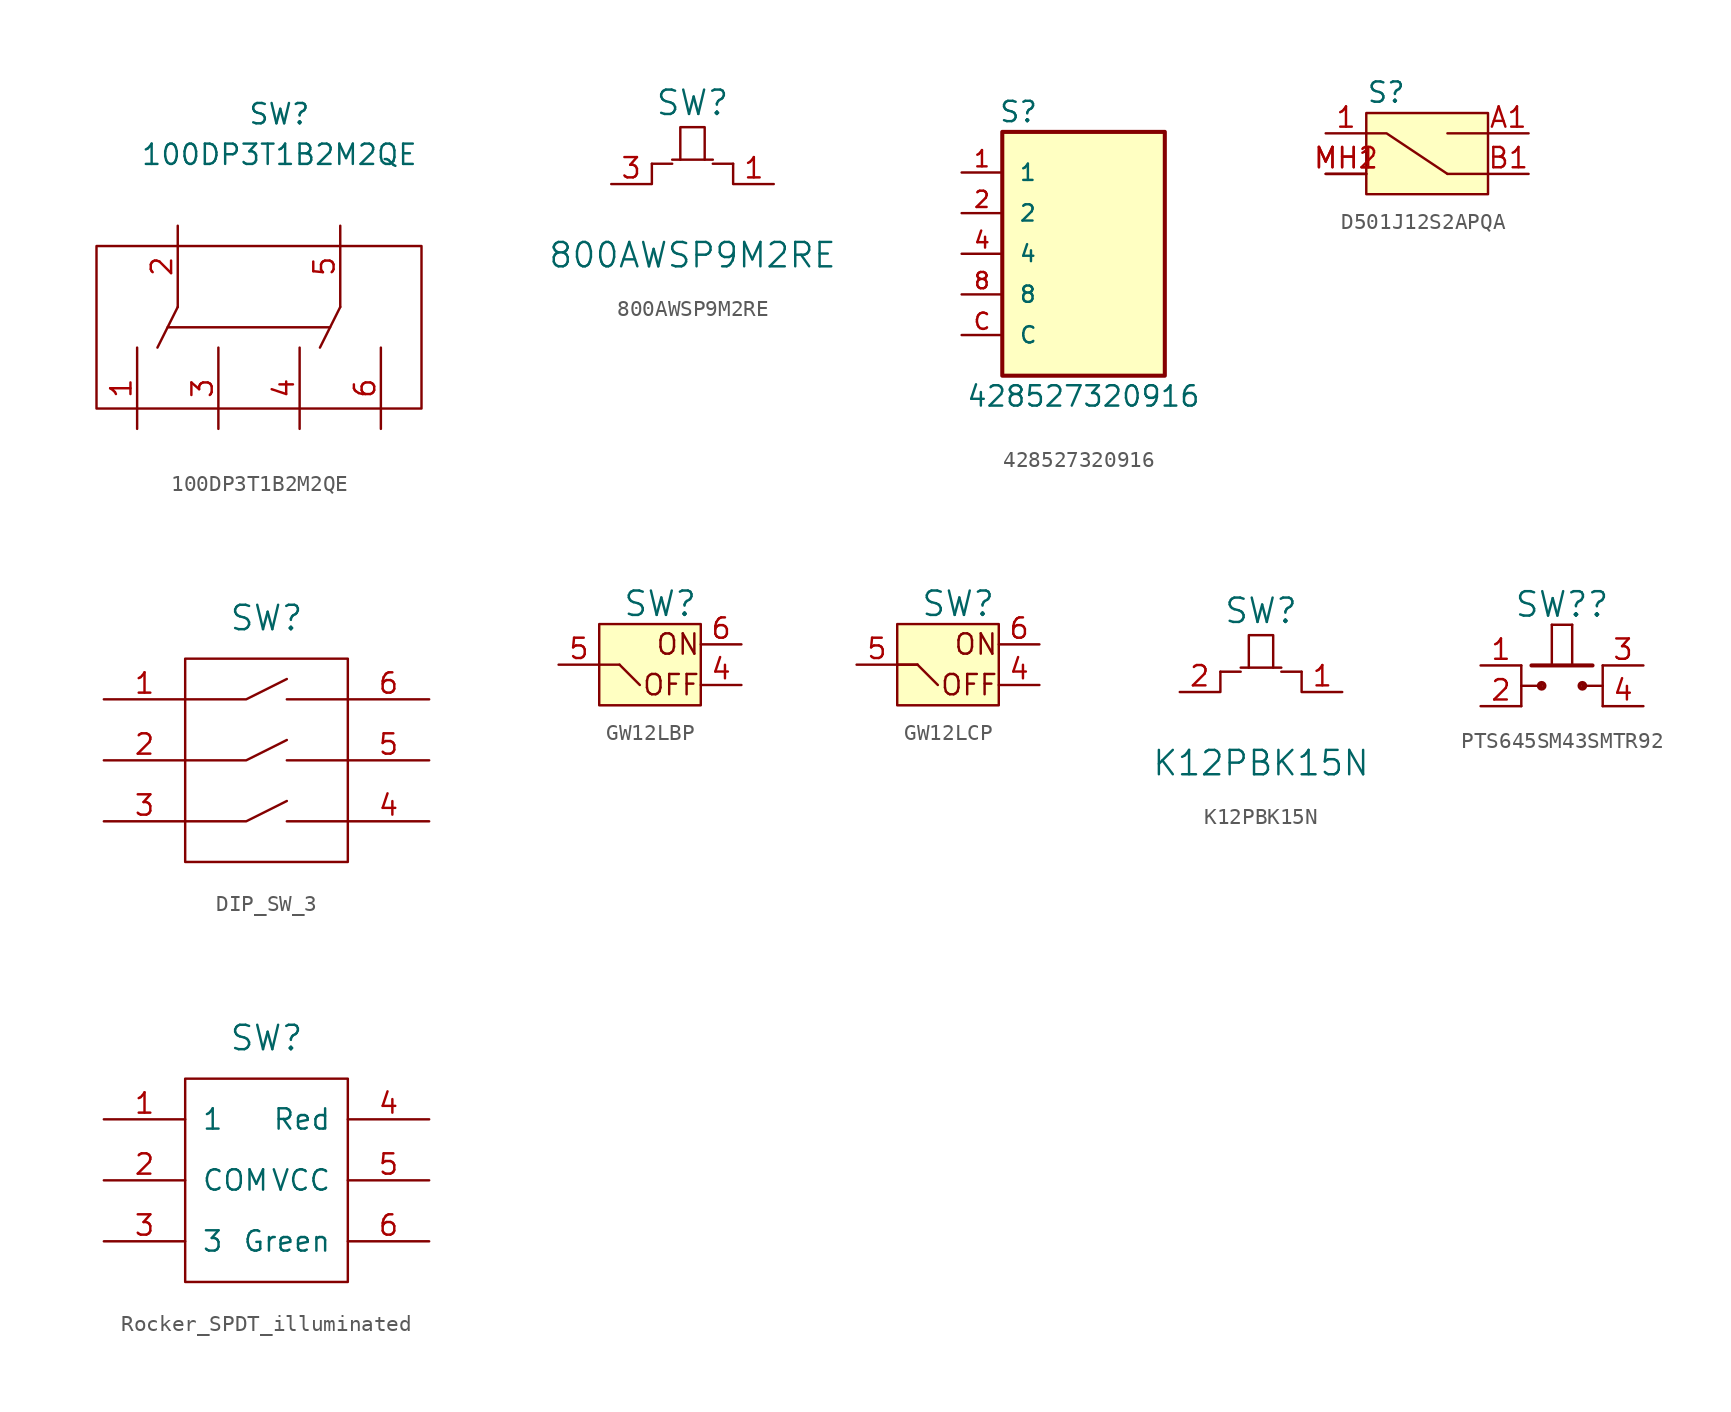
<source format=kicad_sym>
(kicad_symbol_lib
  (version 20241209)
  (generator "kicad_symbol_editor")
  (generator_version "9.0")
  (symbol "100DP3T1B2M2QE"
    (pin_names
      (offset 1.016))
    (property "Reference" "SW"
      (at 1.27 13.335 0)
      (effects (font (size 1.27 1.27))))
    (property "Value" "100DP3T1B2M2QE"
      (at 1.27 10.795 0)
      (effects (font (size 1.27 1.27))))
    (symbol "100DP3T1B2M2QE_0_1"
      (rectangle (start -10.16 5.08) (end 10.16 -5.08) (stroke (width 0) (type default)) (fill (type none)))
      (polyline (pts (xy -5.08 1.27) (xy -6.35 -1.27)) (stroke (width 0) (type default)) (fill (type none)))
      (polyline (pts (xy 4.445 0) (xy -5.715 0)) (stroke (width 0) (type default)) (fill (type none)))
      (polyline (pts (xy 5.08 1.27) (xy 3.81 -1.27)) (stroke (width 0) (type default)) (fill (type none))))
    (symbol "100DP3T1B2M2QE_1_1"
      (pin output line (at -7.62 -6.35 90) (length 5.08) (name "~" (effects (font (size 1.27 1.27)))) (number "1" (effects (font (size 1.27 1.27)))))
      (pin input line (at -5.08 6.35 270) (length 5.08) (name "~" (effects (font (size 1.27 1.27)))) (number "2" (effects (font (size 1.27 1.27)))))
      (pin output line (at -2.54 -6.35 90) (length 5.08) (name "~" (effects (font (size 1.27 1.27)))) (number "3" (effects (font (size 1.27 1.27)))))
      (pin output line (at 2.54 -6.35 90) (length 5.08) (name "~" (effects (font (size 1.27 1.27)))) (number "4" (effects (font (size 1.27 1.27)))))
      (pin input line (at 5.08 6.35 270) (length 5.08) (name "~" (effects (font (size 1.27 1.27)))) (number "5" (effects (font (size 1.27 1.27)))))
      (pin output line (at 7.62 -6.35 90) (length 5.08) (name "~" (effects (font (size 1.27 1.27)))) (number "6" (effects (font (size 1.27 1.27)))))))
  (symbol "800AWSP9M2RE"
    (pin_names
      (offset 0)
      (hide yes))
    (property "Reference" "SW"
      (at 0 3.81 0)
      (effects (font (size 1.524 1.524))))
    (property "Value" "800AWSP9M2RE"
      (at 0 -5.715 0)
      (effects (font (size 1.524 1.524))))
    (symbol "800AWSP9M2RE_0_1"
      (polyline (pts (xy -2.54 0) (xy -1.27 0)) (stroke (width 0) (type default)) (fill (type none)))
      (polyline (pts (xy -2.54 -1.27) (xy -2.54 0)) (stroke (width 0) (type default)) (fill (type none)))
      (polyline (pts (xy -0.762 0.254) (xy -1.27 0.254)) (stroke (width 0) (type default)) (fill (type none)))
      (polyline (pts (xy -0.762 0.254) (xy -0.762 2.286) (xy 0.762 2.286) (xy 0.762 0.254) (xy -0.762 0.254)) (stroke (width 0) (type default)) (fill (type none)))
      (polyline (pts (xy 0.762 0.254) (xy 1.27 0.254)) (stroke (width 0) (type default)) (fill (type none)))
      (polyline (pts (xy 2.54 0) (xy 1.27 0)) (stroke (width 0) (type default)) (fill (type none)))
      (polyline (pts (xy 2.54 -1.27) (xy 2.54 0)) (stroke (width 0) (type default)) (fill (type none))))
    (symbol "800AWSP9M2RE_1_1"
      (pin input line (at -5.08 -1.27 0) (length 2.489) (name "r" (effects (font (size 1.27 1.27)))) (number "3" (effects (font (size 1.27 1.27)))))
      (pin input line (at 5.08 -1.27 180) (length 2.489) (name "~" (effects (font (size 1.27 1.27)))) (number "1" (effects (font (size 1.27 1.27)))))))
  (symbol "428527320916"
    (pin_names
      (offset 1.016))
    (property "Reference" "S"
      (at -4.064 8.128 0)
      (effects (font (size 1.27 1.27)) (justify bottom)))
    (property "Value" "428527320916"
      (at -7.366 -9.652 0)
      (effects (font (size 1.27 1.27)) (justify left bottom)))
    (symbol "428527320916_0_0"
      (rectangle (start -5.08 7.62) (end 5.08 -7.62) (stroke (width 0.254) (type default)) (fill (type background)))
      (pin passive line (at -7.62 5.08 0) (length 2.54) (name "1" (effects (font (size 1.016 1.016)))) (number "1" (effects (font (size 1.016 1.016)))))
      (pin passive line (at -7.62 2.54 0) (length 2.54) (name "2" (effects (font (size 1.016 1.016)))) (number "2" (effects (font (size 1.016 1.016)))))
      (pin passive line (at -7.62 0 0) (length 2.54) (name "4" (effects (font (size 1.016 1.016)))) (number "4" (effects (font (size 1.016 1.016)))))
      (pin passive line (at -7.62 -2.54 0) (length 2.54) (name "8" (effects (font (size 1.016 1.016)))) (number "8" (effects (font (size 1.016 1.016))))))
    (symbol "428527320916_1_0"
      (pin passive line (at -7.62 -5.08 0) (length 2.54) (name "C" (effects (font (size 1.016 1.016)))) (number "C" (effects (font (size 1.016 1.016)))))))
  (symbol "D501J12S2APQA"
    (property "Reference" "S"
      (at -3.81 5.842 0)
      (effects (font (size 1.27 1.27)) (justify left top)))
    (symbol "D501J12S2APQA_0_1"
      (polyline (pts (xy -3.81 2.54) (xy -2.54 2.54) (xy 1.27 0)) (stroke (width 0) (type default)) (fill (type none)))
      (polyline (pts (xy 3.81 2.54) (xy 1.27 2.54)) (stroke (width 0) (type default)) (fill (type none)))
      (polyline (pts (xy 3.81 0) (xy 1.27 0)) (stroke (width 0) (type default)) (fill (type none))))
    (symbol "D501J12S2APQA_1_1"
      (rectangle (start -3.81 3.81) (end 3.81 -1.27) (stroke (width 0) (type solid)) (fill (type background)))
      (pin passive line (at -6.35 2.54 0) (length 2.54) (name "" (effects (font (size 1.27 1.27)))) (number "1" (effects (font (size 1.27 1.27)))))
      (pin passive line (at -6.35 0 0) (length 2.54) (name "" (effects (font (size 1.27 1.27)))) (number "MH1" (effects (font (size 1.27 1.27)))))
      (pin passive line (at -6.35 0 0) (length 2.54) (name "" (effects (font (size 1.27 1.27)))) (number "MH2" (effects (font (size 1.27 1.27)))))
      (pin passive line (at 6.35 2.54 180) (length 2.54) (name "" (effects (font (size 1.27 1.27)))) (number "A1" (effects (font (size 1.27 1.27)))))
      (pin passive line (at 6.35 0 180) (length 2.54) (name "" (effects (font (size 1.27 1.27)))) (number "B1" (effects (font (size 1.27 1.27)))))))
  (symbol "DIP_SW_3"
    (pin_names
      (offset 1.016))
    (property "Reference" "SW"
      (at 0 10.16 0)
      (effects (font (size 1.524 1.524))))
    (symbol "DIP_SW_3_0_1"
      (rectangle (start -5.08 7.62) (end 5.08 -5.08) (stroke (width 0) (type default)) (fill (type none)))
      (polyline (pts (xy -5.08 5.08) (xy -1.27 5.08) (xy 1.27 6.35)) (stroke (width 0) (type default)) (fill (type none)))
      (polyline (pts (xy 5.08 5.08) (xy 1.27 5.08)) (stroke (width 0) (type default)) (fill (type none))))
    (symbol "DIP_SW_3_1_1"
      (polyline (pts (xy -5.08 1.27) (xy -1.27 1.27) (xy 1.27 2.54)) (stroke (width 0) (type default)) (fill (type none)))
      (polyline (pts (xy -5.08 -2.54) (xy -1.27 -2.54) (xy 1.27 -1.27)) (stroke (width 0) (type default)) (fill (type none)))
      (polyline (pts (xy 5.08 1.27) (xy 1.27 1.27)) (stroke (width 0) (type default)) (fill (type none)))
      (polyline (pts (xy 5.08 -2.54) (xy 1.27 -2.54)) (stroke (width 0) (type default)) (fill (type none)))
      (pin input line (at -10.16 5.08 0) (length 5.08) (name "~" (effects (font (size 1.27 1.27)))) (number "1" (effects (font (size 1.27 1.27)))))
      (pin input line (at -10.16 1.27 0) (length 5.08) (name "~" (effects (font (size 1.27 1.27)))) (number "2" (effects (font (size 1.27 1.27)))))
      (pin input line (at -10.16 -2.54 0) (length 5.08) (name "~" (effects (font (size 1.27 1.27)))) (number "3" (effects (font (size 1.27 1.27)))))
      (pin input line (at 10.16 5.08 180) (length 5.08) (name "~" (effects (font (size 1.27 1.27)))) (number "6" (effects (font (size 1.27 1.27)))))
      (pin input line (at 10.16 1.27 180) (length 5.08) (name "~" (effects (font (size 1.27 1.27)))) (number "5" (effects (font (size 1.27 1.27)))))
      (pin input line (at 10.16 -2.54 180) (length 5.08) (name "~" (effects (font (size 1.27 1.27)))) (number "4" (effects (font (size 1.27 1.27)))))))
  (symbol "GW12LBP"
    (pin_names
      (offset 0)
      (hide yes))
    (property "Reference" "SW"
      (at 0 3.81 0)
      (effects (font (size 1.524 1.524))))
    (symbol "GW12LBP_0_0"
      (polyline (pts (xy -2.54 0) (xy -1.27 -1.27)) (stroke (width 0) (type default)) (fill (type none)))
      (text "ON" (at 2.54 1.27 0) (effects (font (size 1.27 1.27)) (justify right)))
      (text "OFF" (at 2.54 -1.27 0) (effects (font (size 1.27 1.27)) (justify right))))
    (symbol "GW12LBP_0_1"
      (rectangle (start -3.81 2.54) (end 2.54 -2.54) (stroke (width 0) (type default)) (fill (type background)))
      (polyline (pts (xy -2.54 0) (xy -3.81 0)) (stroke (width 0) (type default)) (fill (type none))))
    (symbol "GW12LBP_1_1"
      (pin passive line (at -6.35 0 0) (length 2.54) (name "eComm" (effects (font (size 1.27 1.27)))) (number "5" (effects (font (size 1.27 1.27)))))
      (pin passive line (at 5.08 1.27 180) (length 2.54) (name "ON" (effects (font (size 1.27 1.27)))) (number "6" (effects (font (size 1.27 1.27)))))
      (pin passive line (at 5.08 -1.27 180) (length 2.54) (name "OFF" (effects (font (size 1.27 1.27)))) (number "4" (effects (font (size 1.27 1.27)))))))
  (symbol "GW12LCP"
    (pin_names
      (offset 0)
      (hide yes))
    (property "Reference" "SW"
      (at 0 3.81 0)
      (effects (font (size 1.524 1.524))))
    (symbol "GW12LCP_0_1"
      (rectangle (start -3.81 2.54) (end 2.54 -2.54) (stroke (width 0) (type default)) (fill (type background)))
      (polyline (pts (xy -2.54 0) (xy -3.81 0)) (stroke (width 0) (type default)) (fill (type none))))
    (symbol "GW12LCP_1_0"
      (polyline (pts (xy -2.54 0) (xy -1.27 -1.27)) (stroke (width 0) (type default)) (fill (type none)))
      (text "ON" (at 2.54 1.27 0) (effects (font (size 1.27 1.27)) (justify right)))
      (text "OFF" (at 2.54 -1.27 0) (effects (font (size 1.27 1.27)) (justify right))))
    (symbol "GW12LCP_1_1"
      (polyline (pts (xy -2.54 0) (xy -3.81 0)) (stroke (width 0) (type default)) (fill (type none)))
      (pin passive line (at -6.35 0 0) (length 2.54) (name "eComm" (effects (font (size 1.27 1.27)))) (number "5" (effects (font (size 1.27 1.27)))))
      (pin passive line (at 5.08 1.27 180) (length 2.54) (name "ON" (effects (font (size 1.27 1.27)))) (number "6" (effects (font (size 1.27 1.27)))))
      (pin passive line (at 5.08 -1.27 180) (length 2.54) (name "OFF" (effects (font (size 1.27 1.27)))) (number "4" (effects (font (size 1.27 1.27)))))))
  (symbol "K12PBK15N"
    (pin_names
      (offset 0)
      (hide yes))
    (property "Reference" "SW"
      (at 0 3.81 0)
      (effects (font (size 1.524 1.524))))
    (property "Value" "K12PBK15N"
      (at 0 -5.715 0)
      (effects (font (size 1.524 1.524))))
    (symbol "K12PBK15N_0_1"
      (polyline (pts (xy -2.54 0) (xy -1.27 0)) (stroke (width 0) (type default)) (fill (type none)))
      (polyline (pts (xy -2.54 -1.27) (xy -2.54 0)) (stroke (width 0) (type default)) (fill (type none)))
      (polyline (pts (xy -0.762 0.254) (xy -1.27 0.254)) (stroke (width 0) (type default)) (fill (type none)))
      (polyline (pts (xy -0.762 0.254) (xy -0.762 2.286) (xy 0.762 2.286) (xy 0.762 0.254) (xy -0.762 0.254)) (stroke (width 0) (type default)) (fill (type none)))
      (polyline (pts (xy 0.762 0.254) (xy 1.27 0.254)) (stroke (width 0) (type default)) (fill (type none)))
      (polyline (pts (xy 2.54 0) (xy 1.27 0)) (stroke (width 0) (type default)) (fill (type none)))
      (polyline (pts (xy 2.54 -1.27) (xy 2.54 0)) (stroke (width 0) (type default)) (fill (type none))))
    (symbol "K12PBK15N_1_1"
      (pin input line (at -5.08 -1.27 0) (length 2.489) (name "r" (effects (font (size 1.27 1.27)))) (number "2" (effects (font (size 1.27 1.27)))))
      (pin input line (at 5.08 -1.27 180) (length 2.489) (name "~" (effects (font (size 1.27 1.27)))) (number "1" (effects (font (size 1.27 1.27)))))))
  (symbol "PTS645SM43SMTR92"
    (pin_names
      (offset 0)
      (hide yes))
    (property "Reference" "SW?"
      (at 0 3.81 0)
      (effects (font (size 1.524 1.524))))
    (symbol "PTS645SM43SMTR92_0_1"
      (rectangle (start -2.54 0) (end -2.54 -2.54) (stroke (width 0) (type default)) (fill (type background)))
      (rectangle (start -1.905 0) (end 1.905 0) (stroke (width 0.254) (type default)) (fill (type background)))
      (rectangle (start -1.27 -1.27) (end -2.54 -1.27) (stroke (width 0) (type default)) (fill (type background)))
      (circle (center -1.27 -1.27) (radius 0.178) (stroke (width 0.254) (type default)) (fill (type none)))
      (rectangle (start -0.635 0) (end -0.635 2.54) (stroke (width 0) (type default)) (fill (type background)))
      (rectangle (start 0.635 2.54) (end -0.635 2.54) (stroke (width 0) (type default)) (fill (type background)))
      (rectangle (start 0.635 2.54) (end 0.635 0) (stroke (width 0) (type default)) (fill (type background)))
      (circle (center 1.27 -1.27) (radius 0.178) (stroke (width 0.254) (type default)) (fill (type none)))
      (rectangle (start 1.27 -1.27) (end 2.54 -1.27) (stroke (width 0) (type default)) (fill (type background)))
      (rectangle (start 2.54 0) (end 2.54 -2.54) (stroke (width 0) (type default)) (fill (type background))))
    (symbol "PTS645SM43SMTR92_1_1"
      (pin input line (at -5.08 0 0) (length 2.54) (name "1" (effects (font (size 1.27 1.27)))) (number "1" (effects (font (size 1.27 1.27)))))
      (pin input line (at -5.08 -2.54 0) (length 2.54) (name "2" (effects (font (size 1.27 1.27)))) (number "2" (effects (font (size 1.27 1.27)))))
      (pin input line (at 5.08 0 180) (length 2.54) (name "3" (effects (font (size 1.27 1.27)))) (number "3" (effects (font (size 1.27 1.27)))))
      (pin input line (at 5.08 -2.54 180) (length 2.54) (name "4" (effects (font (size 1.27 1.27)))) (number "4" (effects (font (size 1.27 1.27)))))))
  (symbol "Rocker_SPDT_illuminated"
    (pin_names
      (offset 1.016))
    (property "Reference" "SW"
      (at 0 10.16 0)
      (effects (font (size 1.524 1.524))))
    (symbol "Rocker_SPDT_illuminated_0_1"
      (rectangle (start -5.08 7.62) (end 5.08 -5.08) (stroke (width 0) (type default)) (fill (type none))))
    (symbol "Rocker_SPDT_illuminated_1_1"
      (pin input line (at -10.16 5.08 0) (length 5.08) (name "1" (effects (font (size 1.27 1.27)))) (number "1" (effects (font (size 1.27 1.27)))))
      (pin input line (at -10.16 1.27 0) (length 5.08) (name "COM" (effects (font (size 1.27 1.27)))) (number "2" (effects (font (size 1.27 1.27)))))
      (pin input line (at -10.16 -2.54 0) (length 5.08) (name "3" (effects (font (size 1.27 1.27)))) (number "3" (effects (font (size 1.27 1.27)))))
      (pin input line (at 10.16 5.08 180) (length 5.08) (name "Red" (effects (font (size 1.27 1.27)))) (number "4" (effects (font (size 1.27 1.27)))))
      (pin input line (at 10.16 1.27 180) (length 5.08) (name "VCC" (effects (font (size 1.27 1.27)))) (number "5" (effects (font (size 1.27 1.27)))))
      (pin input line (at 10.16 -2.54 180) (length 5.08) (name "Green" (effects (font (size 1.27 1.27)))) (number "6" (effects (font (size 1.27 1.27))))))))
</source>
